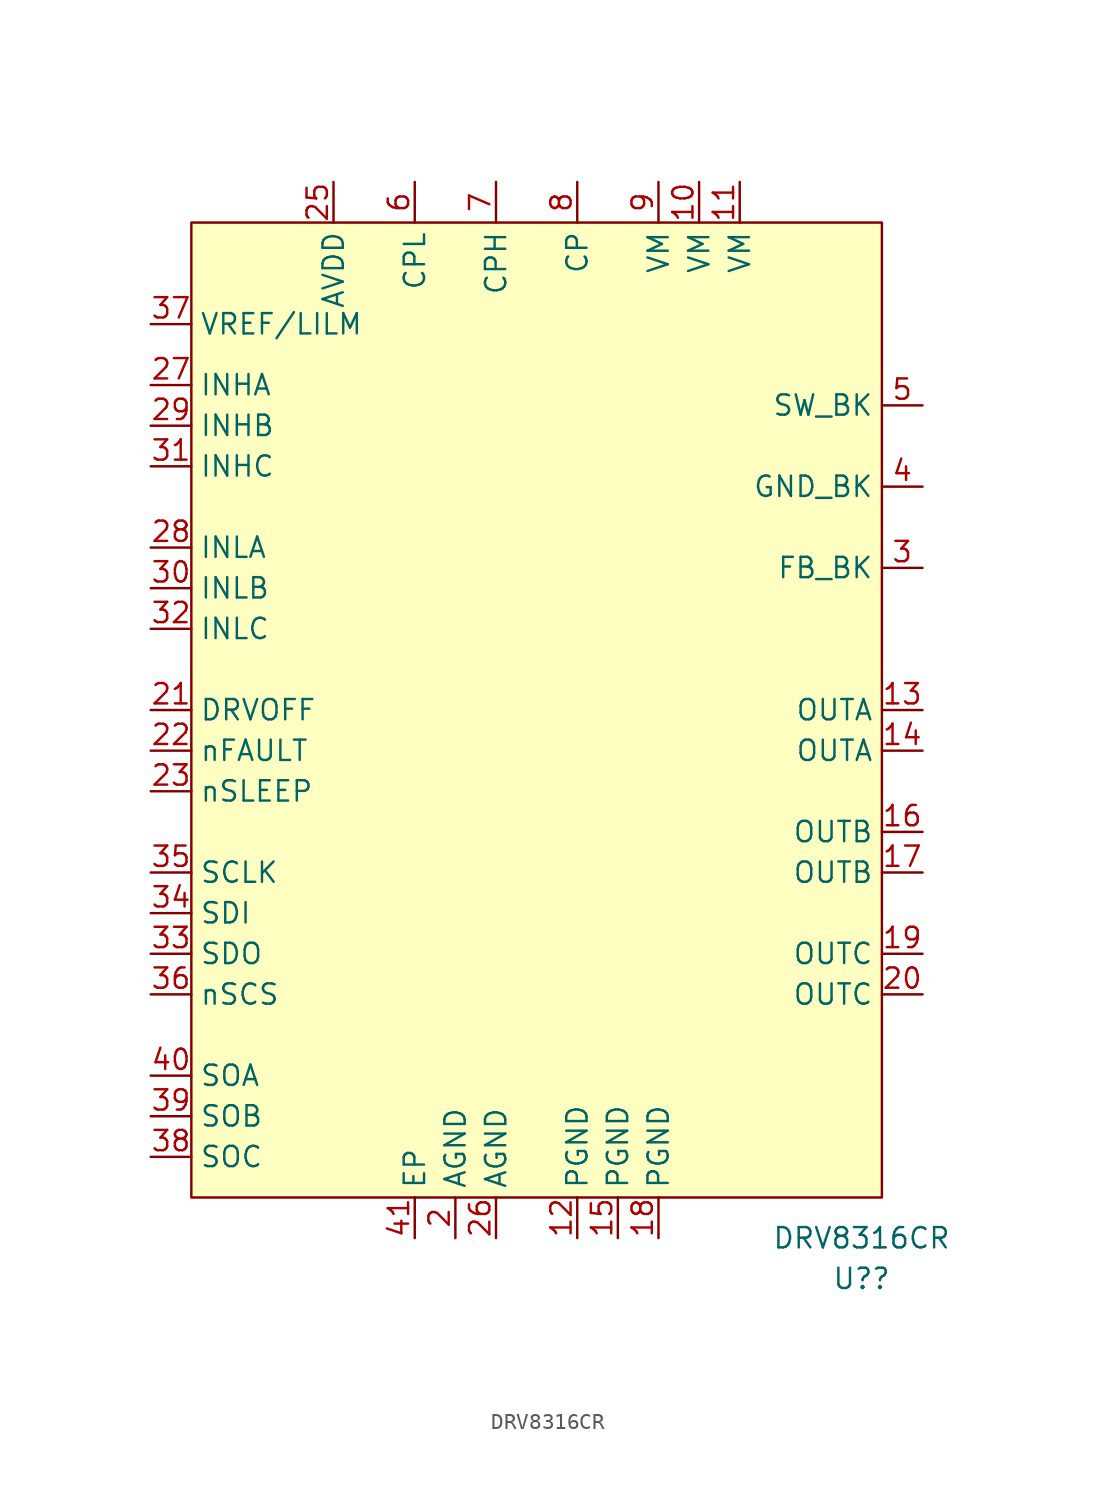
<source format=kicad_sym>
(kicad_symbol_lib
  (version 20231120)
  (generator "kicad_symbol_editor")
  (generator_version "8.0")
  (symbol "DRV8316CR"
    (property "Reference" "U?"
      (at 20.32 -33.02 0)
      (effects (font (size 1.27 1.27))))
    (property "Value" "DRV8316CR"
      (at 20.32 -30.48 0)
      (effects (font (size 1.27 1.27))))
    (symbol "DRV8316CR_0_0"
      (pin no_connect non_logic (at 24.13 -20.32 180) (length 2.54) hide (name "NC" (effects (font (size 1.27 1.27)))) (number "1" (effects (font (size 1.27 1.27)))))
      (pin power_in line (at 10.16 35.56 270) (length 2.54) (name "VM" (effects (font (size 1.27 1.27)))) (number "10" (effects (font (size 1.27 1.27)))))
      (pin power_in line (at 12.7 35.56 270) (length 2.54) (name "VM" (effects (font (size 1.27 1.27)))) (number "11" (effects (font (size 1.27 1.27)))))
      (pin power_in line (at 2.54 -30.48 90) (length 2.54) (name "PGND" (effects (font (size 1.27 1.27)))) (number "12" (effects (font (size 1.27 1.27)))))
      (pin output line (at 24.13 2.54 180) (length 2.54) (name "OUTA" (effects (font (size 1.27 1.27)))) (number "13" (effects (font (size 1.27 1.27)))))
      (pin output line (at 24.13 0 180) (length 2.54) (name "OUTA" (effects (font (size 1.27 1.27)))) (number "14" (effects (font (size 1.27 1.27)))))
      (pin power_in line (at 5.08 -30.48 90) (length 2.54) (name "PGND" (effects (font (size 1.27 1.27)))) (number "15" (effects (font (size 1.27 1.27)))))
      (pin output line (at 24.13 -5.08 180) (length 2.54) (name "OUTB" (effects (font (size 1.27 1.27)))) (number "16" (effects (font (size 1.27 1.27)))))
      (pin output line (at 24.13 -7.62 180) (length 2.54) (name "OUTB" (effects (font (size 1.27 1.27)))) (number "17" (effects (font (size 1.27 1.27)))))
      (pin power_in line (at 7.62 -30.48 90) (length 2.54) (name "PGND" (effects (font (size 1.27 1.27)))) (number "18" (effects (font (size 1.27 1.27)))))
      (pin output line (at 24.13 -12.7 180) (length 2.54) (name "OUTC" (effects (font (size 1.27 1.27)))) (number "19" (effects (font (size 1.27 1.27)))))
      (pin power_in line (at -5.08 -30.48 90) (length 2.54) (name "AGND" (effects (font (size 1.27 1.27)))) (number "2" (effects (font (size 1.27 1.27)))))
      (pin output line (at 24.13 -15.24 180) (length 2.54) (name "OUTC" (effects (font (size 1.27 1.27)))) (number "20" (effects (font (size 1.27 1.27)))))
      (pin input line (at -24.13 2.54 0) (length 2.54) (name "DRVOFF" (effects (font (size 1.27 1.27)))) (number "21" (effects (font (size 1.27 1.27)))))
      (pin output line (at -24.13 0 0) (length 2.54) (name "nFAULT" (effects (font (size 1.27 1.27)))) (number "22" (effects (font (size 1.27 1.27)))))
      (pin input line (at -24.13 -2.54 0) (length 2.54) (name "nSLEEP" (effects (font (size 1.27 1.27)))) (number "23" (effects (font (size 1.27 1.27)))))
      (pin no_connect non_logic (at 24.13 -17.78 180) (length 2.54) hide (name "NC" (effects (font (size 1.27 1.27)))) (number "24" (effects (font (size 1.27 1.27)))))
      (pin power_out line (at -12.7 35.56 270) (length 2.54) (name "AVDD" (effects (font (size 1.27 1.27)))) (number "25" (effects (font (size 1.27 1.27)))))
      (pin power_in line (at -2.54 -30.48 90) (length 2.54) (name "AGND" (effects (font (size 1.27 1.27)))) (number "26" (effects (font (size 1.27 1.27)))))
      (pin input line (at -24.13 22.86 0) (length 2.54) (name "INHA" (effects (font (size 1.27 1.27)))) (number "27" (effects (font (size 1.27 1.27)))))
      (pin input line (at -24.13 12.7 0) (length 2.54) (name "INLA" (effects (font (size 1.27 1.27)))) (number "28" (effects (font (size 1.27 1.27)))))
      (pin input line (at -24.13 20.32 0) (length 2.54) (name "INHB" (effects (font (size 1.27 1.27)))) (number "29" (effects (font (size 1.27 1.27)))))
      (pin power_in line (at 24.13 11.43 180) (length 2.54) (name "FB_BK" (effects (font (size 1.27 1.27)))) (number "3" (effects (font (size 1.27 1.27)))))
      (pin input line (at -24.13 10.16 0) (length 2.54) (name "INLB" (effects (font (size 1.27 1.27)))) (number "30" (effects (font (size 1.27 1.27)))))
      (pin input line (at -24.13 17.78 0) (length 2.54) (name "INHC" (effects (font (size 1.27 1.27)))) (number "31" (effects (font (size 1.27 1.27)))))
      (pin input line (at -24.13 7.62 0) (length 2.54) (name "INLC" (effects (font (size 1.27 1.27)))) (number "32" (effects (font (size 1.27 1.27)))))
      (pin output line (at -24.13 -12.7 0) (length 2.54) (name "SDO" (effects (font (size 1.27 1.27)))) (number "33" (effects (font (size 1.27 1.27)))))
      (pin input line (at -24.13 -10.16 0) (length 2.54) (name "SDI" (effects (font (size 1.27 1.27)))) (number "34" (effects (font (size 1.27 1.27)))))
      (pin input line (at -24.13 -7.62 0) (length 2.54) (name "SCLK" (effects (font (size 1.27 1.27)))) (number "35" (effects (font (size 1.27 1.27)))))
      (pin input line (at -24.13 -15.24 0) (length 2.54) (name "nSCS" (effects (font (size 1.27 1.27)))) (number "36" (effects (font (size 1.27 1.27)))))
      (pin power_in line (at -24.13 26.67 0) (length 2.54) (name "VREF/LILM" (effects (font (size 1.27 1.27)))) (number "37" (effects (font (size 1.27 1.27)))))
      (pin output line (at -24.13 -25.4 0) (length 2.54) (name "SOC" (effects (font (size 1.27 1.27)))) (number "38" (effects (font (size 1.27 1.27)))))
      (pin output line (at -24.13 -22.86 0) (length 2.54) (name "SOB" (effects (font (size 1.27 1.27)))) (number "39" (effects (font (size 1.27 1.27)))))
      (pin power_in line (at 24.13 16.51 180) (length 2.54) (name "GND_BK" (effects (font (size 1.27 1.27)))) (number "4" (effects (font (size 1.27 1.27)))))
      (pin output line (at -24.13 -20.32 0) (length 2.54) (name "SOA" (effects (font (size 1.27 1.27)))) (number "40" (effects (font (size 1.27 1.27)))))
      (pin power_in line (at -7.62 -30.48 90) (length 2.54) (name "EP" (effects (font (size 1.27 1.27)))) (number "41" (effects (font (size 1.27 1.27)))))
      (pin power_out line (at 24.13 21.59 180) (length 2.54) (name "SW_BK" (effects (font (size 1.27 1.27)))) (number "5" (effects (font (size 1.27 1.27)))))
      (pin power_in line (at -7.62 35.56 270) (length 2.54) (name "CPL" (effects (font (size 1.27 1.27)))) (number "6" (effects (font (size 1.27 1.27)))))
      (pin power_in line (at -2.54 35.56 270) (length 2.54) (name "CPH" (effects (font (size 1.27 1.27)))) (number "7" (effects (font (size 1.27 1.27)))))
      (pin power_out line (at 2.54 35.56 270) (length 2.54) (name "CP" (effects (font (size 1.27 1.27)))) (number "8" (effects (font (size 1.27 1.27)))))
      (pin power_in line (at 7.62 35.56 270) (length 2.54) (name "VM" (effects (font (size 1.27 1.27)))) (number "9" (effects (font (size 1.27 1.27))))))
    (symbol "DRV8316CR_0_1"
      (rectangle (start -21.59 33.02) (end 21.59 -27.94) (stroke (width 0) (type default)) (fill (type background))))))
</source>
